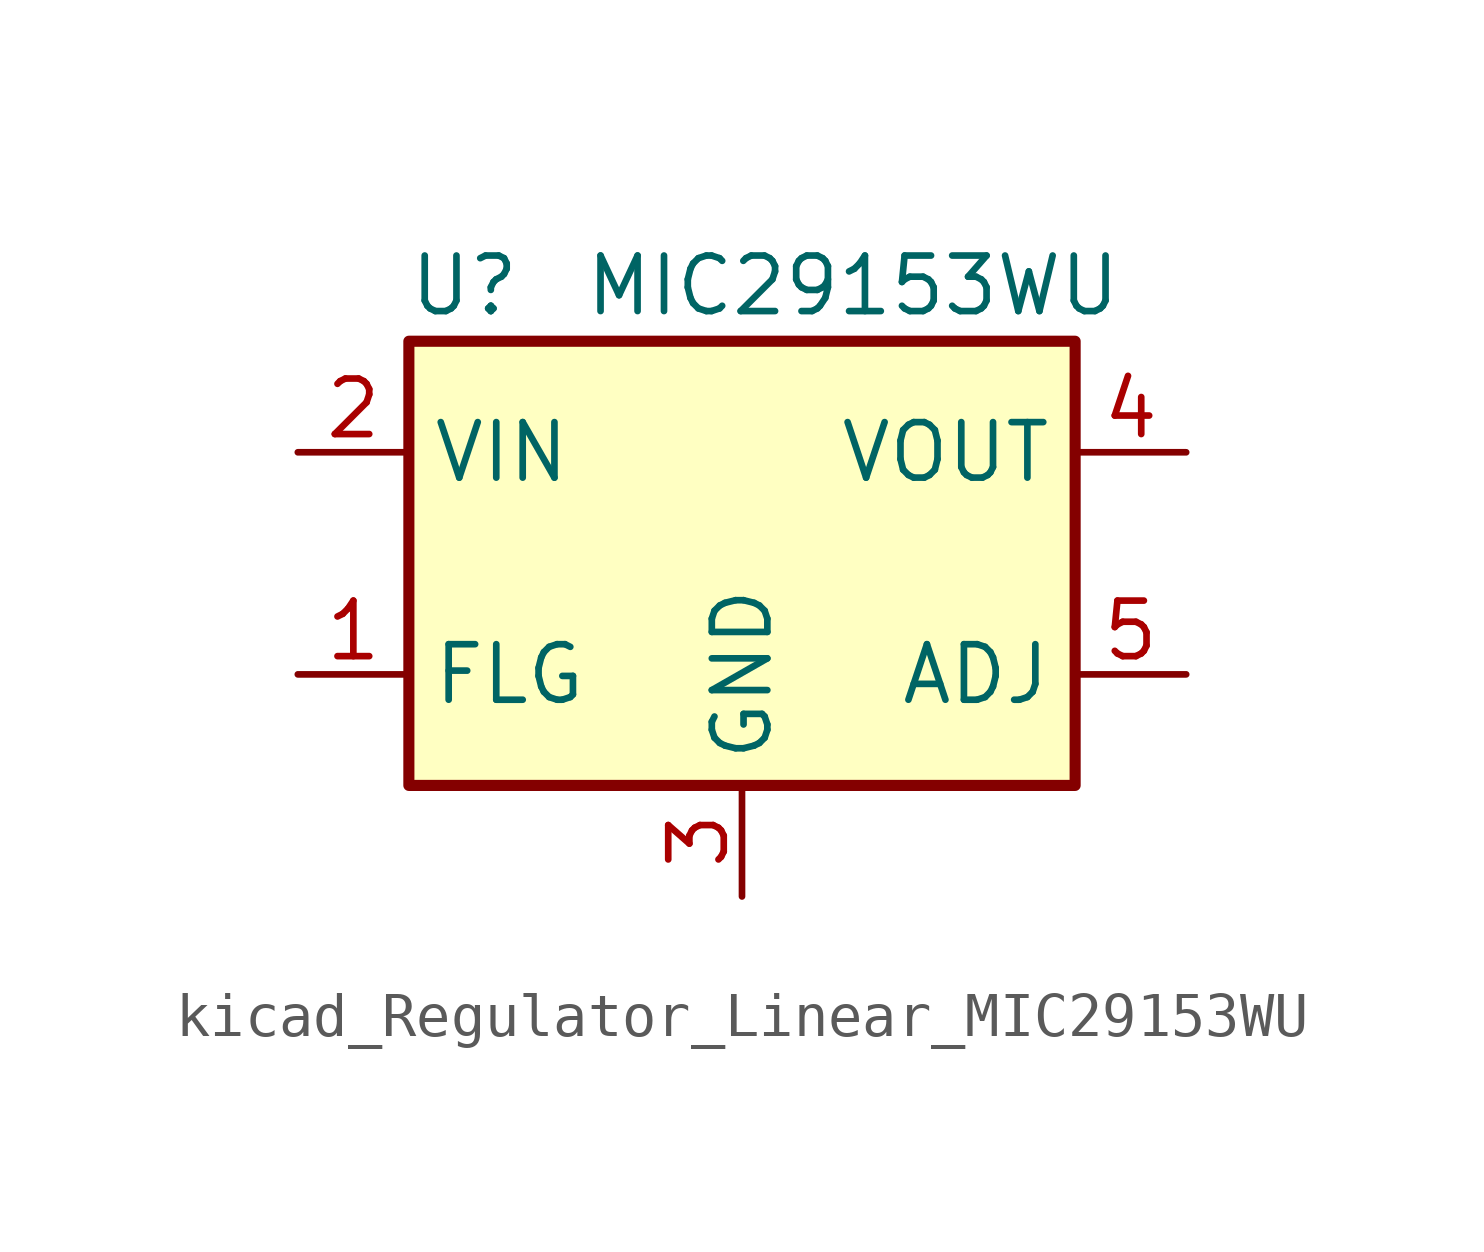
<source format=kicad_sym>
(kicad_symbol_lib
  (version 20220914)
  (generator kicad_symbol_editor)
  (symbol "kicad_Regulator_Linear_MIC29153WU"
    (property "Reference" "U"
      (at -6.35 6.35 0)
      (effects (font (size 1.27 1.27))))
    (property "Value" "MIC29153WU"
      (at 2.54 6.35 0)
      (effects (font (size 1.27 1.27))))
    (symbol "kicad_Regulator_Linear_MIC29153WU_1_1"
      (rectangle (start -7.62 5.08) (end 7.62 -5.08) (stroke (width 0.254) (type default)) (fill (type background)))
      (pin open_collector line (at -10.16 -2.54 0) (length 2.54) (name "FLG" (effects (font (size 1.27 1.27)))) (number "1" (effects (font (size 1.27 1.27)))))
      (pin power_in line (at -10.16 2.54 0) (length 2.54) (name "VIN" (effects (font (size 1.27 1.27)))) (number "2" (effects (font (size 1.27 1.27)))))
      (pin power_in line (at 0 -7.62 90) (length 2.54) (name "GND" (effects (font (size 1.27 1.27)))) (number "3" (effects (font (size 1.27 1.27)))))
      (pin power_out line (at 10.16 2.54 180) (length 2.54) (name "VOUT" (effects (font (size 1.27 1.27)))) (number "4" (effects (font (size 1.27 1.27)))))
      (pin input line (at 10.16 -2.54 180) (length 2.54) (name "ADJ" (effects (font (size 1.27 1.27)))) (number "5" (effects (font (size 1.27 1.27))))))))
</source>
